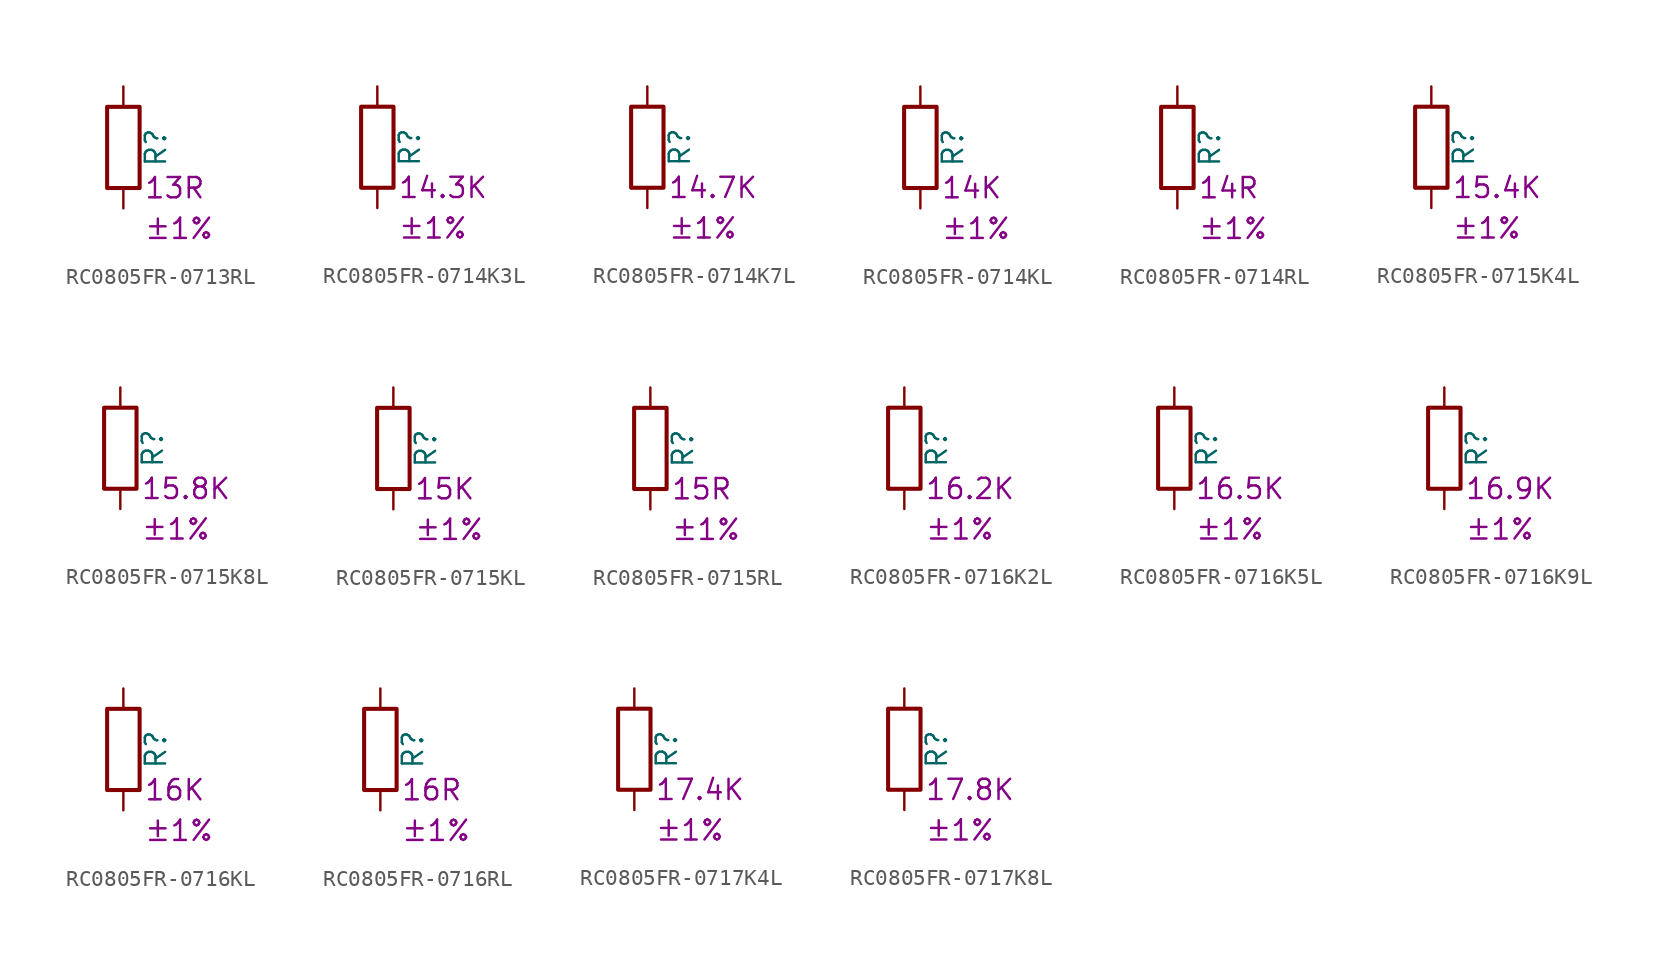
<source format=kicad_sym>
(kicad_symbol_lib
  (version 20220914)
  (generator kicad_symbol_editor)
  (symbol "RC0805FR-0713RL"
    (pin_numbers hide)
    (pin_names
      (offset 0))
    (property "Reference" "R"
      (at 2.032 0 90)
      (effects (font (size 1.27 1.27))))
    (property "Resistance" "13R"
      (at 1.27 -2.54 0)
      (effects (font (size 1.27 1.27)) (justify left)))
    (property "Tolerance" "±1%"
      (at 1.27 -5.08 0)
      (effects (font (size 1.27 1.27)) (justify left)))
    (symbol "RC0805FR-0713RL_0_1"
      (rectangle (start -1.016 -2.54) (end 1.016 2.54) (stroke (width 0.254) (type default)) (fill (type none))))
    (symbol "RC0805FR-0713RL_1_1"
      (pin passive line (at 0 3.81 270) (length 1.27) (name "~" (effects (font (size 1.27 1.27)))) (number "1" (effects (font (size 1.27 1.27)))))
      (pin passive line (at 0 -3.81 90) (length 1.27) (name "~" (effects (font (size 1.27 1.27)))) (number "2" (effects (font (size 1.27 1.27)))))))
  (symbol "RC0805FR-0714K3L"
    (pin_numbers hide)
    (pin_names
      (offset 0))
    (property "Reference" "R"
      (at 2.032 0 90)
      (effects (font (size 1.27 1.27))))
    (property "Resistance" "14.3K"
      (at 1.27 -2.54 0)
      (effects (font (size 1.27 1.27)) (justify left)))
    (property "Tolerance" "±1%"
      (at 1.27 -5.08 0)
      (effects (font (size 1.27 1.27)) (justify left)))
    (symbol "RC0805FR-0714K3L_0_1"
      (rectangle (start -1.016 -2.54) (end 1.016 2.54) (stroke (width 0.254) (type default)) (fill (type none))))
    (symbol "RC0805FR-0714K3L_1_1"
      (pin passive line (at 0 3.81 270) (length 1.27) (name "~" (effects (font (size 1.27 1.27)))) (number "1" (effects (font (size 1.27 1.27)))))
      (pin passive line (at 0 -3.81 90) (length 1.27) (name "~" (effects (font (size 1.27 1.27)))) (number "2" (effects (font (size 1.27 1.27)))))))
  (symbol "RC0805FR-0714K7L"
    (pin_numbers hide)
    (pin_names
      (offset 0))
    (property "Reference" "R"
      (at 2.032 0 90)
      (effects (font (size 1.27 1.27))))
    (property "Resistance" "14.7K"
      (at 1.27 -2.54 0)
      (effects (font (size 1.27 1.27)) (justify left)))
    (property "Tolerance" "±1%"
      (at 1.27 -5.08 0)
      (effects (font (size 1.27 1.27)) (justify left)))
    (symbol "RC0805FR-0714K7L_0_1"
      (rectangle (start -1.016 -2.54) (end 1.016 2.54) (stroke (width 0.254) (type default)) (fill (type none))))
    (symbol "RC0805FR-0714K7L_1_1"
      (pin passive line (at 0 3.81 270) (length 1.27) (name "~" (effects (font (size 1.27 1.27)))) (number "1" (effects (font (size 1.27 1.27)))))
      (pin passive line (at 0 -3.81 90) (length 1.27) (name "~" (effects (font (size 1.27 1.27)))) (number "2" (effects (font (size 1.27 1.27)))))))
  (symbol "RC0805FR-0714KL"
    (pin_numbers hide)
    (pin_names
      (offset 0))
    (property "Reference" "R"
      (at 2.032 0 90)
      (effects (font (size 1.27 1.27))))
    (property "Resistance" "14K"
      (at 1.27 -2.54 0)
      (effects (font (size 1.27 1.27)) (justify left)))
    (property "Tolerance" "±1%"
      (at 1.27 -5.08 0)
      (effects (font (size 1.27 1.27)) (justify left)))
    (symbol "RC0805FR-0714KL_0_1"
      (rectangle (start -1.016 -2.54) (end 1.016 2.54) (stroke (width 0.254) (type default)) (fill (type none))))
    (symbol "RC0805FR-0714KL_1_1"
      (pin passive line (at 0 3.81 270) (length 1.27) (name "~" (effects (font (size 1.27 1.27)))) (number "1" (effects (font (size 1.27 1.27)))))
      (pin passive line (at 0 -3.81 90) (length 1.27) (name "~" (effects (font (size 1.27 1.27)))) (number "2" (effects (font (size 1.27 1.27)))))))
  (symbol "RC0805FR-0714RL"
    (pin_numbers hide)
    (pin_names
      (offset 0))
    (property "Reference" "R"
      (at 2.032 0 90)
      (effects (font (size 1.27 1.27))))
    (property "Resistance" "14R"
      (at 1.27 -2.54 0)
      (effects (font (size 1.27 1.27)) (justify left)))
    (property "Tolerance" "±1%"
      (at 1.27 -5.08 0)
      (effects (font (size 1.27 1.27)) (justify left)))
    (symbol "RC0805FR-0714RL_0_1"
      (rectangle (start -1.016 -2.54) (end 1.016 2.54) (stroke (width 0.254) (type default)) (fill (type none))))
    (symbol "RC0805FR-0714RL_1_1"
      (pin passive line (at 0 3.81 270) (length 1.27) (name "~" (effects (font (size 1.27 1.27)))) (number "1" (effects (font (size 1.27 1.27)))))
      (pin passive line (at 0 -3.81 90) (length 1.27) (name "~" (effects (font (size 1.27 1.27)))) (number "2" (effects (font (size 1.27 1.27)))))))
  (symbol "RC0805FR-0715K4L"
    (pin_numbers hide)
    (pin_names
      (offset 0))
    (property "Reference" "R"
      (at 2.032 0 90)
      (effects (font (size 1.27 1.27))))
    (property "Resistance" "15.4K"
      (at 1.27 -2.54 0)
      (effects (font (size 1.27 1.27)) (justify left)))
    (property "Tolerance" "±1%"
      (at 1.27 -5.08 0)
      (effects (font (size 1.27 1.27)) (justify left)))
    (symbol "RC0805FR-0715K4L_0_1"
      (rectangle (start -1.016 -2.54) (end 1.016 2.54) (stroke (width 0.254) (type default)) (fill (type none))))
    (symbol "RC0805FR-0715K4L_1_1"
      (pin passive line (at 0 3.81 270) (length 1.27) (name "~" (effects (font (size 1.27 1.27)))) (number "1" (effects (font (size 1.27 1.27)))))
      (pin passive line (at 0 -3.81 90) (length 1.27) (name "~" (effects (font (size 1.27 1.27)))) (number "2" (effects (font (size 1.27 1.27)))))))
  (symbol "RC0805FR-0715K8L"
    (pin_numbers hide)
    (pin_names
      (offset 0))
    (property "Reference" "R"
      (at 2.032 0 90)
      (effects (font (size 1.27 1.27))))
    (property "Resistance" "15.8K"
      (at 1.27 -2.54 0)
      (effects (font (size 1.27 1.27)) (justify left)))
    (property "Tolerance" "±1%"
      (at 1.27 -5.08 0)
      (effects (font (size 1.27 1.27)) (justify left)))
    (symbol "RC0805FR-0715K8L_0_1"
      (rectangle (start -1.016 -2.54) (end 1.016 2.54) (stroke (width 0.254) (type default)) (fill (type none))))
    (symbol "RC0805FR-0715K8L_1_1"
      (pin passive line (at 0 3.81 270) (length 1.27) (name "~" (effects (font (size 1.27 1.27)))) (number "1" (effects (font (size 1.27 1.27)))))
      (pin passive line (at 0 -3.81 90) (length 1.27) (name "~" (effects (font (size 1.27 1.27)))) (number "2" (effects (font (size 1.27 1.27)))))))
  (symbol "RC0805FR-0715KL"
    (pin_numbers hide)
    (pin_names
      (offset 0))
    (property "Reference" "R"
      (at 2.032 0 90)
      (effects (font (size 1.27 1.27))))
    (property "Resistance" "15K"
      (at 1.27 -2.54 0)
      (effects (font (size 1.27 1.27)) (justify left)))
    (property "Tolerance" "±1%"
      (at 1.27 -5.08 0)
      (effects (font (size 1.27 1.27)) (justify left)))
    (symbol "RC0805FR-0715KL_0_1"
      (rectangle (start -1.016 -2.54) (end 1.016 2.54) (stroke (width 0.254) (type default)) (fill (type none))))
    (symbol "RC0805FR-0715KL_1_1"
      (pin passive line (at 0 3.81 270) (length 1.27) (name "~" (effects (font (size 1.27 1.27)))) (number "1" (effects (font (size 1.27 1.27)))))
      (pin passive line (at 0 -3.81 90) (length 1.27) (name "~" (effects (font (size 1.27 1.27)))) (number "2" (effects (font (size 1.27 1.27)))))))
  (symbol "RC0805FR-0715RL"
    (pin_numbers hide)
    (pin_names
      (offset 0))
    (property "Reference" "R"
      (at 2.032 0 90)
      (effects (font (size 1.27 1.27))))
    (property "Resistance" "15R"
      (at 1.27 -2.54 0)
      (effects (font (size 1.27 1.27)) (justify left)))
    (property "Tolerance" "±1%"
      (at 1.27 -5.08 0)
      (effects (font (size 1.27 1.27)) (justify left)))
    (symbol "RC0805FR-0715RL_0_1"
      (rectangle (start -1.016 -2.54) (end 1.016 2.54) (stroke (width 0.254) (type default)) (fill (type none))))
    (symbol "RC0805FR-0715RL_1_1"
      (pin passive line (at 0 3.81 270) (length 1.27) (name "~" (effects (font (size 1.27 1.27)))) (number "1" (effects (font (size 1.27 1.27)))))
      (pin passive line (at 0 -3.81 90) (length 1.27) (name "~" (effects (font (size 1.27 1.27)))) (number "2" (effects (font (size 1.27 1.27)))))))
  (symbol "RC0805FR-0716K2L"
    (pin_numbers hide)
    (pin_names
      (offset 0))
    (property "Reference" "R"
      (at 2.032 0 90)
      (effects (font (size 1.27 1.27))))
    (property "Resistance" "16.2K"
      (at 1.27 -2.54 0)
      (effects (font (size 1.27 1.27)) (justify left)))
    (property "Tolerance" "±1%"
      (at 1.27 -5.08 0)
      (effects (font (size 1.27 1.27)) (justify left)))
    (symbol "RC0805FR-0716K2L_0_1"
      (rectangle (start -1.016 -2.54) (end 1.016 2.54) (stroke (width 0.254) (type default)) (fill (type none))))
    (symbol "RC0805FR-0716K2L_1_1"
      (pin passive line (at 0 3.81 270) (length 1.27) (name "~" (effects (font (size 1.27 1.27)))) (number "1" (effects (font (size 1.27 1.27)))))
      (pin passive line (at 0 -3.81 90) (length 1.27) (name "~" (effects (font (size 1.27 1.27)))) (number "2" (effects (font (size 1.27 1.27)))))))
  (symbol "RC0805FR-0716K5L"
    (pin_numbers hide)
    (pin_names
      (offset 0))
    (property "Reference" "R"
      (at 2.032 0 90)
      (effects (font (size 1.27 1.27))))
    (property "Resistance" "16.5K"
      (at 1.27 -2.54 0)
      (effects (font (size 1.27 1.27)) (justify left)))
    (property "Tolerance" "±1%"
      (at 1.27 -5.08 0)
      (effects (font (size 1.27 1.27)) (justify left)))
    (symbol "RC0805FR-0716K5L_0_1"
      (rectangle (start -1.016 -2.54) (end 1.016 2.54) (stroke (width 0.254) (type default)) (fill (type none))))
    (symbol "RC0805FR-0716K5L_1_1"
      (pin passive line (at 0 3.81 270) (length 1.27) (name "~" (effects (font (size 1.27 1.27)))) (number "1" (effects (font (size 1.27 1.27)))))
      (pin passive line (at 0 -3.81 90) (length 1.27) (name "~" (effects (font (size 1.27 1.27)))) (number "2" (effects (font (size 1.27 1.27)))))))
  (symbol "RC0805FR-0716K9L"
    (pin_numbers hide)
    (pin_names
      (offset 0))
    (property "Reference" "R"
      (at 2.032 0 90)
      (effects (font (size 1.27 1.27))))
    (property "Resistance" "16.9K"
      (at 1.27 -2.54 0)
      (effects (font (size 1.27 1.27)) (justify left)))
    (property "Tolerance" "±1%"
      (at 1.27 -5.08 0)
      (effects (font (size 1.27 1.27)) (justify left)))
    (symbol "RC0805FR-0716K9L_0_1"
      (rectangle (start -1.016 -2.54) (end 1.016 2.54) (stroke (width 0.254) (type default)) (fill (type none))))
    (symbol "RC0805FR-0716K9L_1_1"
      (pin passive line (at 0 3.81 270) (length 1.27) (name "~" (effects (font (size 1.27 1.27)))) (number "1" (effects (font (size 1.27 1.27)))))
      (pin passive line (at 0 -3.81 90) (length 1.27) (name "~" (effects (font (size 1.27 1.27)))) (number "2" (effects (font (size 1.27 1.27)))))))
  (symbol "RC0805FR-0716KL"
    (pin_numbers hide)
    (pin_names
      (offset 0))
    (property "Reference" "R"
      (at 2.032 0 90)
      (effects (font (size 1.27 1.27))))
    (property "Resistance" "16K"
      (at 1.27 -2.54 0)
      (effects (font (size 1.27 1.27)) (justify left)))
    (property "Tolerance" "±1%"
      (at 1.27 -5.08 0)
      (effects (font (size 1.27 1.27)) (justify left)))
    (symbol "RC0805FR-0716KL_0_1"
      (rectangle (start -1.016 -2.54) (end 1.016 2.54) (stroke (width 0.254) (type default)) (fill (type none))))
    (symbol "RC0805FR-0716KL_1_1"
      (pin passive line (at 0 3.81 270) (length 1.27) (name "~" (effects (font (size 1.27 1.27)))) (number "1" (effects (font (size 1.27 1.27)))))
      (pin passive line (at 0 -3.81 90) (length 1.27) (name "~" (effects (font (size 1.27 1.27)))) (number "2" (effects (font (size 1.27 1.27)))))))
  (symbol "RC0805FR-0716RL"
    (pin_numbers hide)
    (pin_names
      (offset 0))
    (property "Reference" "R"
      (at 2.032 0 90)
      (effects (font (size 1.27 1.27))))
    (property "Resistance" "16R"
      (at 1.27 -2.54 0)
      (effects (font (size 1.27 1.27)) (justify left)))
    (property "Tolerance" "±1%"
      (at 1.27 -5.08 0)
      (effects (font (size 1.27 1.27)) (justify left)))
    (symbol "RC0805FR-0716RL_0_1"
      (rectangle (start -1.016 -2.54) (end 1.016 2.54) (stroke (width 0.254) (type default)) (fill (type none))))
    (symbol "RC0805FR-0716RL_1_1"
      (pin passive line (at 0 3.81 270) (length 1.27) (name "~" (effects (font (size 1.27 1.27)))) (number "1" (effects (font (size 1.27 1.27)))))
      (pin passive line (at 0 -3.81 90) (length 1.27) (name "~" (effects (font (size 1.27 1.27)))) (number "2" (effects (font (size 1.27 1.27)))))))
  (symbol "RC0805FR-0717K4L"
    (pin_numbers hide)
    (pin_names
      (offset 0))
    (property "Reference" "R"
      (at 2.032 0 90)
      (effects (font (size 1.27 1.27))))
    (property "Resistance" "17.4K"
      (at 1.27 -2.54 0)
      (effects (font (size 1.27 1.27)) (justify left)))
    (property "Tolerance" "±1%"
      (at 1.27 -5.08 0)
      (effects (font (size 1.27 1.27)) (justify left)))
    (symbol "RC0805FR-0717K4L_0_1"
      (rectangle (start -1.016 -2.54) (end 1.016 2.54) (stroke (width 0.254) (type default)) (fill (type none))))
    (symbol "RC0805FR-0717K4L_1_1"
      (pin passive line (at 0 3.81 270) (length 1.27) (name "~" (effects (font (size 1.27 1.27)))) (number "1" (effects (font (size 1.27 1.27)))))
      (pin passive line (at 0 -3.81 90) (length 1.27) (name "~" (effects (font (size 1.27 1.27)))) (number "2" (effects (font (size 1.27 1.27)))))))
  (symbol "RC0805FR-0717K8L"
    (pin_numbers hide)
    (pin_names
      (offset 0))
    (property "Reference" "R"
      (at 2.032 0 90)
      (effects (font (size 1.27 1.27))))
    (property "Resistance" "17.8K"
      (at 1.27 -2.54 0)
      (effects (font (size 1.27 1.27)) (justify left)))
    (property "Tolerance" "±1%"
      (at 1.27 -5.08 0)
      (effects (font (size 1.27 1.27)) (justify left)))
    (symbol "RC0805FR-0717K8L_0_1"
      (rectangle (start -1.016 -2.54) (end 1.016 2.54) (stroke (width 0.254) (type default)) (fill (type none))))
    (symbol "RC0805FR-0717K8L_1_1"
      (pin passive line (at 0 3.81 270) (length 1.27) (name "~" (effects (font (size 1.27 1.27)))) (number "1" (effects (font (size 1.27 1.27)))))
      (pin passive line (at 0 -3.81 90) (length 1.27) (name "~" (effects (font (size 1.27 1.27)))) (number "2" (effects (font (size 1.27 1.27))))))))
</source>
